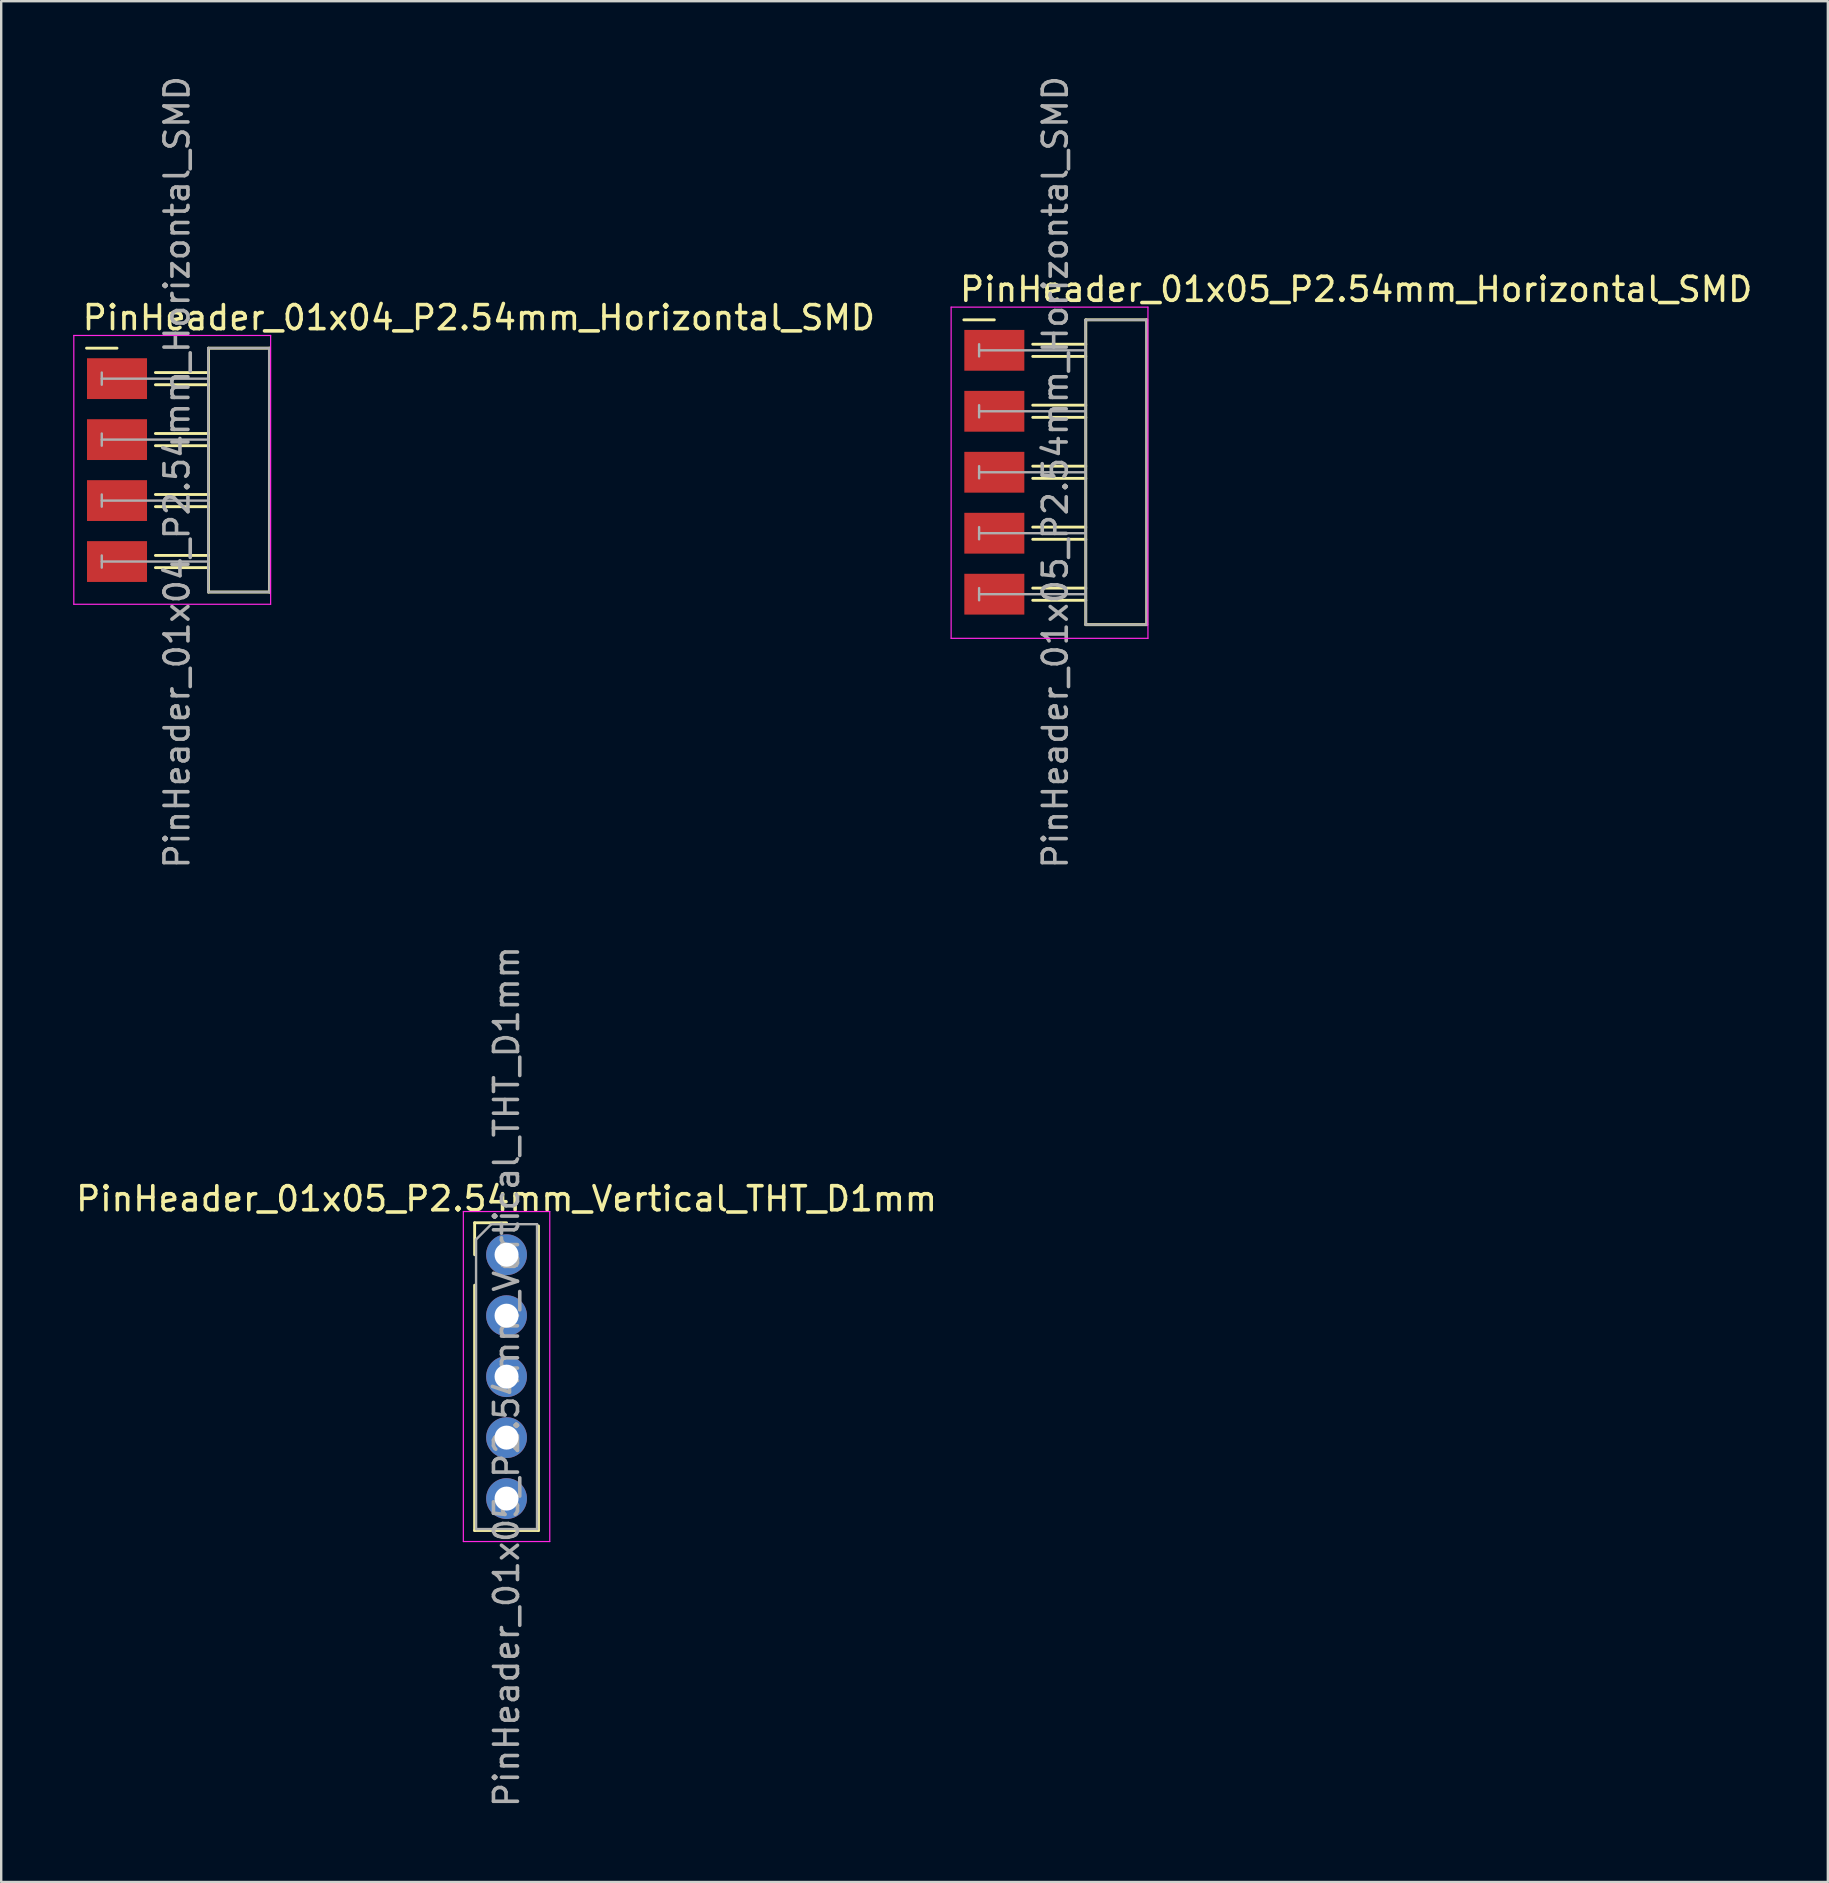
<source format=kicad_pcb>
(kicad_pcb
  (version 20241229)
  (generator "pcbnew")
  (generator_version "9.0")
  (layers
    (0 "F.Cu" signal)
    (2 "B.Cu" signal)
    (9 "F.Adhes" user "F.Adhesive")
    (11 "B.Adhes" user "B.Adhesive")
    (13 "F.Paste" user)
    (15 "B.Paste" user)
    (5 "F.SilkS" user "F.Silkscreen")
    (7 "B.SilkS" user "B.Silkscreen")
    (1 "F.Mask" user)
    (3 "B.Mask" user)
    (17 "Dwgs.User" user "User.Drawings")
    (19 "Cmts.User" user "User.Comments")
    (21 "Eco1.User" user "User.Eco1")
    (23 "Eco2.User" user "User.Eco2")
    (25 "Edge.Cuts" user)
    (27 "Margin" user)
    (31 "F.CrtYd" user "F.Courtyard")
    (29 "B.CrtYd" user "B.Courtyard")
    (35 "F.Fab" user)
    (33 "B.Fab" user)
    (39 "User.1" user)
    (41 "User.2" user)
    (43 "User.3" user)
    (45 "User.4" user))
  (footprint "PinHeader_01x05_P2.54mm_Vertical_THT_D1mm"
    (layer "F.Cu")
    (at 18.054 49.224)
    (property "Reference" "PinHeader_01x05_P2.54mm_Vertical_THT_D1mm" (at 0 -2.33 0) (layer "F.SilkS") (effects (font (size 1 1) (thickness 0.15))))
    (attr through_hole)
    (fp_line (start -1.33 -1.33) (end 0 -1.33) (stroke (width 0.12) (type solid)) (layer "F.SilkS"))
    (fp_line (start -1.33 0) (end -1.33 -1.33) (stroke (width 0.12) (type solid)) (layer "F.SilkS"))
    (fp_line (start -1.33 1.27) (end -1.33 11.49) (stroke (width 0.12) (type solid)) (layer "F.SilkS"))
    (fp_line (start -1.33 11.49) (end 1.33 11.49) (stroke (width 0.12) (type solid)) (layer "F.SilkS"))
    (fp_line (start 1.33 -1.2) (end 1.33 11.49) (stroke (width 0.12) (type solid)) (layer "F.SilkS"))
    (fp_line (start -1.8 -1.8) (end -1.8 11.95) (stroke (width 0.05) (type solid)) (layer "F.CrtYd"))
    (fp_line (start -1.8 11.95) (end 1.8 11.95) (stroke (width 0.05) (type solid)) (layer "F.CrtYd"))
    (fp_line (start 1.8 -1.8) (end -1.8 -1.8) (stroke (width 0.05) (type solid)) (layer "F.CrtYd"))
    (fp_line (start 1.8 11.95) (end 1.8 -1.8) (stroke (width 0.05) (type solid)) (layer "F.CrtYd"))
    (fp_line (start -1.27 -0.635) (end -0.635 -1.27) (stroke (width 0.1) (type solid)) (layer "F.Fab"))
    (fp_line (start -1.27 11.43) (end -1.27 -0.635) (stroke (width 0.1) (type solid)) (layer "F.Fab"))
    (fp_line (start -0.635 -1.27) (end 1.27 -1.27) (stroke (width 0.1) (type solid)) (layer "F.Fab"))
    (fp_line (start 1.27 -1.27) (end 1.27 11.43) (stroke (width 0.1) (type solid)) (layer "F.Fab"))
    (fp_line (start 1.27 11.43) (end -1.27 11.43) (stroke (width 0.1) (type solid)) (layer "F.Fab"))
    (fp_text user "${REFERENCE}" (at 0 5.08 90) (layer "F.Fab") (effects (font (size 1 1) (thickness 0.15))))
    (pad "1" thru_hole circle (at 0 0) (size 1.7 1.7) (drill 1) (layers "*.Cu" "*.Mask"))
    (pad "2" thru_hole oval (at 0 2.54) (size 1.7 1.7) (drill 1) (layers "*.Cu" "*.Mask"))
    (pad "3" thru_hole oval (at 0 5.08) (size 1.7 1.7) (drill 1) (layers "*.Cu" "*.Mask"))
    (pad "4" thru_hole oval (at 0 7.62) (size 1.7 1.7) (drill 1) (layers "*.Cu" "*.Mask"))
    (pad "5" thru_hole oval (at 0 10.16) (size 1.7 1.7) (drill 1) (layers "*.Cu" "*.Mask")))
  (footprint "PinHeader_01x04_P2.54mm_Horizontal_SMD"
    (layer "F.Cu")
    (at 1.825 12.725)
    (property "Reference" "PinHeader_01x04_P2.54mm_Horizontal_SMD" (at -1.524 -2.54 180) (layer "F.SilkS") (effects (font (size 1 1) (thickness 0.15)) (justify left)))
    (attr smd)
    (fp_line (start -1.27 -1.27) (end 0 -1.27) (stroke (width 0.12) (type solid)) (layer "F.SilkS"))
    (fp_line (start 3.81 -1.27) (end 6.35 -1.27) (stroke (width 0.12) (type solid)) (layer "F.SilkS"))
    (fp_line (start 3.81 -0.254) (end 1.6 -0.254) (stroke (width 0.12) (type solid)) (layer "F.SilkS"))
    (fp_line (start 3.81 0.254) (end 1.6 0.254) (stroke (width 0.12) (type solid)) (layer "F.SilkS"))
    (fp_line (start 3.81 2.286) (end 1.6 2.286) (stroke (width 0.12) (type solid)) (layer "F.SilkS"))
    (fp_line (start 3.81 2.794) (end 1.6 2.794) (stroke (width 0.12) (type solid)) (layer "F.SilkS"))
    (fp_line (start 3.81 4.826) (end 1.6 4.826) (stroke (width 0.12) (type solid)) (layer "F.SilkS"))
    (fp_line (start 3.81 5.334) (end 1.6 5.334) (stroke (width 0.12) (type solid)) (layer "F.SilkS"))
    (fp_line (start 3.81 7.366) (end 1.6 7.366) (stroke (width 0.12) (type solid)) (layer "F.SilkS"))
    (fp_line (start 3.81 7.874) (end 1.6 7.874) (stroke (width 0.12) (type solid)) (layer "F.SilkS"))
    (fp_line (start 3.81 8.89) (end 3.81 -1.27) (stroke (width 0.12) (type solid)) (layer "F.SilkS"))
    (fp_line (start 6.35 -1.27) (end 6.35 8.89) (stroke (width 0.12) (type solid)) (layer "F.SilkS"))
    (fp_line (start 6.35 8.89) (end 3.81 8.89) (stroke (width 0.12) (type solid)) (layer "F.SilkS"))
    (fp_line (start -1.8 -1.8) (end -1.8 9.4) (stroke (width 0.05) (type solid)) (layer "F.CrtYd"))
    (fp_line (start -1.8 9.4) (end 6.4 9.4) (stroke (width 0.05) (type solid)) (layer "F.CrtYd"))
    (fp_line (start 6.4 -1.8) (end -1.8 -1.8) (stroke (width 0.05) (type solid)) (layer "F.CrtYd"))
    (fp_line (start 6.4 9.4) (end 6.4 -1.8) (stroke (width 0.05) (type solid)) (layer "F.CrtYd"))
    (fp_line (start -0.635 -0.254) (end -0.635 0.254) (stroke (width 0.1) (type solid)) (layer "F.Fab"))
    (fp_line (start -0.635 2.286) (end -0.635 2.794) (stroke (width 0.1) (type solid)) (layer "F.Fab"))
    (fp_line (start -0.635 4.826) (end -0.635 5.334) (stroke (width 0.1) (type solid)) (layer "F.Fab"))
    (fp_line (start -0.635 7.366) (end -0.635 7.874) (stroke (width 0.1) (type solid)) (layer "F.Fab"))
    (fp_line (start 3.8 -1.27) (end 6.34 -1.27) (stroke (width 0.1) (type solid)) (layer "F.Fab"))
    (fp_line (start 3.8 8.89) (end 3.8 -1.27) (stroke (width 0.1) (type solid)) (layer "F.Fab"))
    (fp_line (start 3.8 8.89) (end 6.35 8.89) (stroke (width 0.1) (type solid)) (layer "F.Fab"))
    (fp_line (start 3.81 0) (end -0.635 0) (stroke (width 0.1) (type solid)) (layer "F.Fab"))
    (fp_line (start 3.81 2.54) (end -0.635 2.54) (stroke (width 0.1) (type solid)) (layer "F.Fab"))
    (fp_line (start 3.81 5.08) (end -0.635 5.08) (stroke (width 0.1) (type solid)) (layer "F.Fab"))
    (fp_line (start 3.81 7.62) (end -0.635 7.62) (stroke (width 0.1) (type solid)) (layer "F.Fab"))
    (fp_line (start 6.34 -1.27) (end 6.35 8.89) (stroke (width 0.1) (type solid)) (layer "F.Fab"))
    (fp_text user "${REFERENCE}" (at 2.5 3.9 90) (layer "F.Fab") (effects (font (size 1 1) (thickness 0.15))))
    (pad "1" smd rect (at 0 0) (size 2.5 1.7) (layers "F.Cu" "F.Mask" "F.Paste"))
    (pad "2" smd rect (at 0 2.54) (size 2.5 1.7) (layers "F.Cu" "F.Mask" "F.Paste"))
    (pad "3" smd rect (at 0 5.08) (size 2.5 1.7) (layers "F.Cu" "F.Mask" "F.Paste"))
    (pad "4" smd rect (at 0 7.62) (size 2.5 1.7) (layers "F.Cu" "F.Mask" "F.Paste")))
  (footprint "PinHeader_01x05_P2.54mm_Horizontal_SMD"
    (layer "F.Cu")
    (at 38.376 11.545)
    (property "Reference" "PinHeader_01x05_P2.54mm_Horizontal_SMD" (at -1.524 -2.54 180) (layer "F.SilkS") (effects (font (size 1 1) (thickness 0.15)) (justify left)))
    (attr smd)
    (fp_line (start -1.27 -1.27) (end 0 -1.27) (stroke (width 0.12) (type solid)) (layer "F.SilkS"))
    (fp_line (start 3.81 -1.27) (end 6.35 -1.27) (stroke (width 0.12) (type solid)) (layer "F.SilkS"))
    (fp_line (start 3.81 -0.254) (end 1.6 -0.254) (stroke (width 0.12) (type solid)) (layer "F.SilkS"))
    (fp_line (start 3.81 0.254) (end 1.6 0.254) (stroke (width 0.12) (type solid)) (layer "F.SilkS"))
    (fp_line (start 3.81 2.286) (end 1.6 2.286) (stroke (width 0.12) (type solid)) (layer "F.SilkS"))
    (fp_line (start 3.81 2.794) (end 1.6 2.794) (stroke (width 0.12) (type solid)) (layer "F.SilkS"))
    (fp_line (start 3.81 4.826) (end 1.6 4.826) (stroke (width 0.12) (type solid)) (layer "F.SilkS"))
    (fp_line (start 3.81 5.334) (end 1.6 5.334) (stroke (width 0.12) (type solid)) (layer "F.SilkS"))
    (fp_line (start 3.81 7.366) (end 1.6 7.366) (stroke (width 0.12) (type solid)) (layer "F.SilkS"))
    (fp_line (start 3.81 7.874) (end 1.6 7.874) (stroke (width 0.12) (type solid)) (layer "F.SilkS"))
    (fp_line (start 3.81 9.906) (end 1.6 9.906) (stroke (width 0.12) (type solid)) (layer "F.SilkS"))
    (fp_line (start 3.81 10.414) (end 1.6 10.414) (stroke (width 0.12) (type solid)) (layer "F.SilkS"))
    (fp_line (start 3.81 11.43) (end 3.81 -1.27) (stroke (width 0.12) (type solid)) (layer "F.SilkS"))
    (fp_line (start 6.35 -1.27) (end 6.35 11.43) (stroke (width 0.12) (type solid)) (layer "F.SilkS"))
    (fp_line (start 6.35 11.43) (end 3.81 11.43) (stroke (width 0.12) (type solid)) (layer "F.SilkS"))
    (fp_line (start -1.8 -1.8) (end -1.8 12) (stroke (width 0.05) (type solid)) (layer "F.CrtYd"))
    (fp_line (start -1.8 12) (end 6.4 12) (stroke (width 0.05) (type solid)) (layer "F.CrtYd"))
    (fp_line (start 6.4 -1.8) (end -1.8 -1.8) (stroke (width 0.05) (type solid)) (layer "F.CrtYd"))
    (fp_line (start 6.4 12) (end 6.4 -1.8) (stroke (width 0.05) (type solid)) (layer "F.CrtYd"))
    (fp_line (start -0.635 -0.254) (end -0.635 0.254) (stroke (width 0.1) (type solid)) (layer "F.Fab"))
    (fp_line (start -0.635 2.286) (end -0.635 2.794) (stroke (width 0.1) (type solid)) (layer "F.Fab"))
    (fp_line (start -0.635 4.826) (end -0.635 5.334) (stroke (width 0.1) (type solid)) (layer "F.Fab"))
    (fp_line (start -0.635 7.366) (end -0.635 7.874) (stroke (width 0.1) (type solid)) (layer "F.Fab"))
    (fp_line (start -0.635 9.906) (end -0.635 10.414) (stroke (width 0.1) (type solid)) (layer "F.Fab"))
    (fp_line (start 3.8 -1.27) (end 6.34 -1.27) (stroke (width 0.1) (type solid)) (layer "F.Fab"))
    (fp_line (start 3.8 11.43) (end 6.35 11.43) (stroke (width 0.1) (type solid)) (layer "F.Fab"))
    (fp_line (start 3.81 0) (end -0.635 0) (stroke (width 0.1) (type solid)) (layer "F.Fab"))
    (fp_line (start 3.81 2.54) (end -0.635 2.54) (stroke (width 0.1) (type solid)) (layer "F.Fab"))
    (fp_line (start 3.81 5.08) (end -0.635 5.08) (stroke (width 0.1) (type solid)) (layer "F.Fab"))
    (fp_line (start 3.81 7.62) (end -0.635 7.62) (stroke (width 0.1) (type solid)) (layer "F.Fab"))
    (fp_line (start 3.81 10.16) (end -0.635 10.16) (stroke (width 0.1) (type solid)) (layer "F.Fab"))
    (fp_line (start 3.81 11.43) (end 3.8 -1.27) (stroke (width 0.1) (type solid)) (layer "F.Fab"))
    (fp_line (start 6.34 -1.27) (end 6.35 11.43) (stroke (width 0.1) (type solid)) (layer "F.Fab"))
    (fp_text user "${REFERENCE}" (at 2.54 5.08 90) (layer "F.Fab") (effects (font (size 1 1) (thickness 0.15))))
    (pad "1" smd rect (at 0 0) (size 2.5 1.7) (layers "F.Cu" "F.Mask" "F.Paste"))
    (pad "2" smd rect (at 0 2.54) (size 2.5 1.7) (layers "F.Cu" "F.Mask" "F.Paste"))
    (pad "3" smd rect (at 0 5.08) (size 2.5 1.7) (layers "F.Cu" "F.Mask" "F.Paste"))
    (pad "4" smd rect (at 0 7.62) (size 2.5 1.7) (layers "F.Cu" "F.Mask" "F.Paste"))
    (pad "5" smd rect (at 0 10.16) (size 2.5 1.7) (layers "F.Cu" "F.Mask" "F.Paste")))
  (gr_rect
    (start -3 -3)
    (end 73.102 75.357)
    (stroke (width 0.1) (type default))
    (fill no)
    (layer "Edge.Cuts")))
</source>
